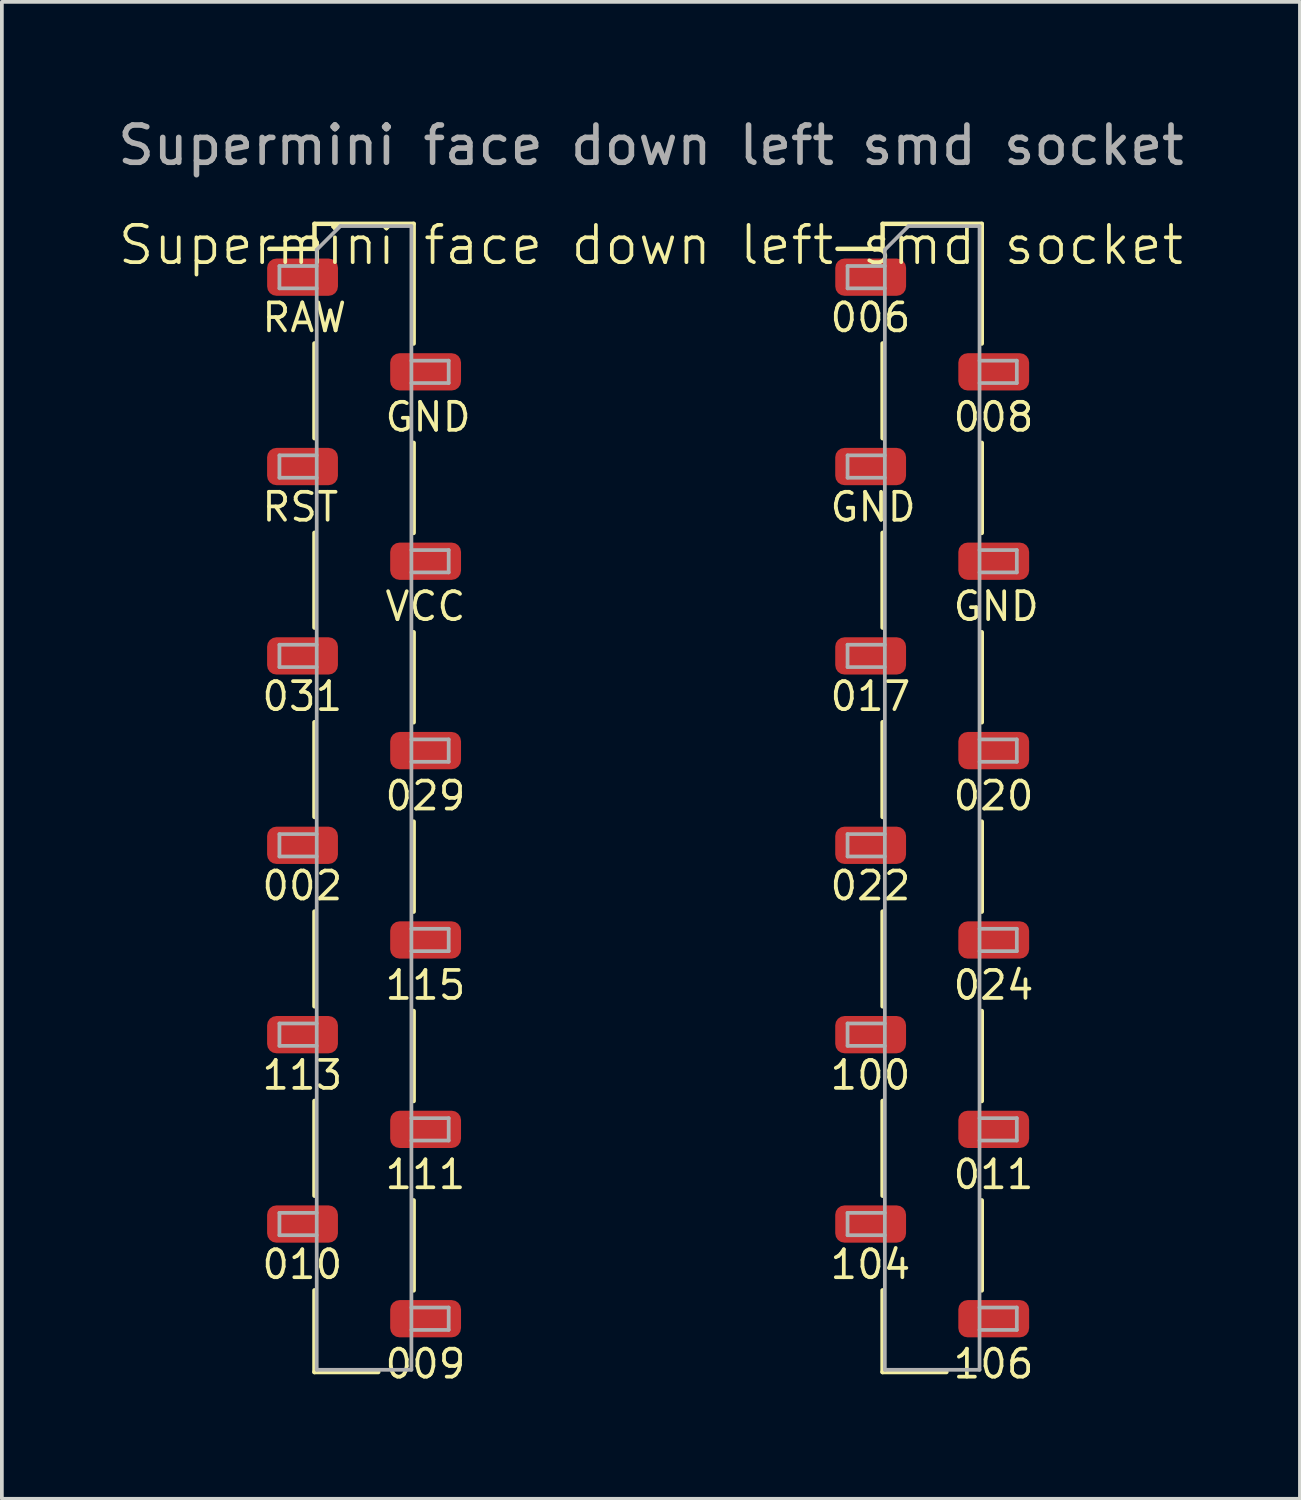
<source format=kicad_pcb>
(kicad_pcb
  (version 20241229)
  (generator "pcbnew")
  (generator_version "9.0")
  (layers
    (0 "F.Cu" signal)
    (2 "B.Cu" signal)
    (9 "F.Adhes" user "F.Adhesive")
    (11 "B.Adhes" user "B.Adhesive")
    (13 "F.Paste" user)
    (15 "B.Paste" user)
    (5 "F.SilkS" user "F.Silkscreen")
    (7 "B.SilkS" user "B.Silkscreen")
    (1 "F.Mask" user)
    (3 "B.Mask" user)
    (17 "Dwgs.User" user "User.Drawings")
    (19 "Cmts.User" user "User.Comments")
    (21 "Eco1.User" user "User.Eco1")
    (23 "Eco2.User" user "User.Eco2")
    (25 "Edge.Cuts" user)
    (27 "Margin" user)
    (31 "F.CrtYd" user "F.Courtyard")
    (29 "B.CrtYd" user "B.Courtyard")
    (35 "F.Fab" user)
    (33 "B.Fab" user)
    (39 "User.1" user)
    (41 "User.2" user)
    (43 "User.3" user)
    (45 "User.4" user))
  (footprint "Supermini face down left smd socket"
    (layer "F.Cu")
    (at 14.411 18.525)
    (property "Reference" "Supermini face down left smd socket" (at 0 -15 0) (unlocked yes) (layer "F.SilkS") (effects (font (size 1 1) (thickness 0.1))))
    (attr smd)
    (fp_line (start -10.235 -14.9) (end -9.025 -14.9) (stroke (width 0.12) (type solid)) (layer "F.SilkS"))
    (fp_line (start -9.025 -15.57) (end -9.025 -14.9) (stroke (width 0.12) (type solid)) (layer "F.SilkS"))
    (fp_line (start -9.025 -15.57) (end -6.365 -15.57) (stroke (width 0.12) (type solid)) (layer "F.SilkS"))
    (fp_line (start -9.025 -12.362) (end -9.025 -9.82) (stroke (width 0.12) (type solid)) (layer "F.SilkS"))
    (fp_line (start -9.025 -7.282) (end -9.025 -4.74) (stroke (width 0.12) (type solid)) (layer "F.SilkS"))
    (fp_line (start -9.025 -2.202) (end -9.025 0.34) (stroke (width 0.12) (type solid)) (layer "F.SilkS"))
    (fp_line (start -9.025 2.878) (end -9.025 5.42) (stroke (width 0.12) (type solid)) (layer "F.SilkS"))
    (fp_line (start -9.025 7.958) (end -9.025 10.5) (stroke (width 0.12) (type solid)) (layer "F.SilkS"))
    (fp_line (start -9.025 13.038) (end -9.025 15.23) (stroke (width 0.12) (type solid)) (layer "F.SilkS"))
    (fp_line (start -9.025 15.23) (end -7.314 15.23) (stroke (width 0.12) (type solid)) (layer "F.SilkS"))
    (fp_line (start -6.365 -15.57) (end -6.365 -12.36) (stroke (width 0.12) (type solid)) (layer "F.SilkS"))
    (fp_line (start -6.365 -9.695) (end -6.365 -7.28) (stroke (width 0.12) (type solid)) (layer "F.SilkS"))
    (fp_line (start -6.365 -4.615) (end -6.365 -2.2) (stroke (width 0.12) (type solid)) (layer "F.SilkS"))
    (fp_line (start -6.365 0.465) (end -6.365 2.88) (stroke (width 0.12) (type solid)) (layer "F.SilkS"))
    (fp_line (start -6.365 5.545) (end -6.365 7.96) (stroke (width 0.12) (type solid)) (layer "F.SilkS"))
    (fp_line (start -6.365 10.625) (end -6.365 13.04) (stroke (width 0.12) (type solid)) (layer "F.SilkS"))
    (fp_line (start 5.005 -14.9) (end 6.215 -14.9) (stroke (width 0.12) (type solid)) (layer "F.SilkS"))
    (fp_line (start 6.215 -15.57) (end 6.215 -14.9) (stroke (width 0.12) (type solid)) (layer "F.SilkS"))
    (fp_line (start 6.215 -15.57) (end 8.875 -15.57) (stroke (width 0.12) (type solid)) (layer "F.SilkS"))
    (fp_line (start 6.215 -12.362) (end 6.215 -9.82) (stroke (width 0.12) (type solid)) (layer "F.SilkS"))
    (fp_line (start 6.215 -7.282) (end 6.215 -4.74) (stroke (width 0.12) (type solid)) (layer "F.SilkS"))
    (fp_line (start 6.215 -2.202) (end 6.215 0.34) (stroke (width 0.12) (type solid)) (layer "F.SilkS"))
    (fp_line (start 6.215 2.878) (end 6.215 5.42) (stroke (width 0.12) (type solid)) (layer "F.SilkS"))
    (fp_line (start 6.215 7.958) (end 6.215 10.5) (stroke (width 0.12) (type solid)) (layer "F.SilkS"))
    (fp_line (start 6.215 13.038) (end 6.215 15.23) (stroke (width 0.12) (type solid)) (layer "F.SilkS"))
    (fp_line (start 6.215 15.23) (end 7.926 15.23) (stroke (width 0.12) (type solid)) (layer "F.SilkS"))
    (fp_line (start 8.875 -15.57) (end 8.875 -12.36) (stroke (width 0.12) (type solid)) (layer "F.SilkS"))
    (fp_line (start 8.875 -9.695) (end 8.875 -7.28) (stroke (width 0.12) (type solid)) (layer "F.SilkS"))
    (fp_line (start 8.875 -4.615) (end 8.875 -2.2) (stroke (width 0.12) (type solid)) (layer "F.SilkS"))
    (fp_line (start 8.875 0.465) (end 8.875 2.88) (stroke (width 0.12) (type solid)) (layer "F.SilkS"))
    (fp_line (start 8.875 5.545) (end 8.875 7.96) (stroke (width 0.12) (type solid)) (layer "F.SilkS"))
    (fp_line (start 8.875 10.625) (end 8.875 13.04) (stroke (width 0.12) (type solid)) (layer "F.SilkS"))
    (fp_line (start -9.965 -14.44) (end -8.965 -14.44) (stroke (width 0.1) (type solid)) (layer "F.Fab"))
    (fp_line (start -9.965 -13.84) (end -9.965 -14.44) (stroke (width 0.1) (type solid)) (layer "F.Fab"))
    (fp_line (start -9.965 -9.36) (end -8.965 -9.36) (stroke (width 0.1) (type solid)) (layer "F.Fab"))
    (fp_line (start -9.965 -8.76) (end -9.965 -9.36) (stroke (width 0.1) (type solid)) (layer "F.Fab"))
    (fp_line (start -9.965 -4.28) (end -8.965 -4.28) (stroke (width 0.1) (type solid)) (layer "F.Fab"))
    (fp_line (start -9.965 -3.68) (end -9.965 -4.28) (stroke (width 0.1) (type solid)) (layer "F.Fab"))
    (fp_line (start -9.965 0.8) (end -8.965 0.8) (stroke (width 0.1) (type solid)) (layer "F.Fab"))
    (fp_line (start -9.965 1.4) (end -9.965 0.8) (stroke (width 0.1) (type solid)) (layer "F.Fab"))
    (fp_line (start -9.965 5.88) (end -8.965 5.88) (stroke (width 0.1) (type solid)) (layer "F.Fab"))
    (fp_line (start -9.965 6.48) (end -9.965 5.88) (stroke (width 0.1) (type solid)) (layer "F.Fab"))
    (fp_line (start -9.965 10.96) (end -8.965 10.96) (stroke (width 0.1) (type solid)) (layer "F.Fab"))
    (fp_line (start -9.965 11.56) (end -9.965 10.96) (stroke (width 0.1) (type solid)) (layer "F.Fab"))
    (fp_line (start -8.965 -14.875) (end -8.33 -15.51) (stroke (width 0.1) (type solid)) (layer "F.Fab"))
    (fp_line (start -8.965 -13.84) (end -9.965 -13.84) (stroke (width 0.1) (type solid)) (layer "F.Fab"))
    (fp_line (start -8.965 -8.76) (end -9.965 -8.76) (stroke (width 0.1) (type solid)) (layer "F.Fab"))
    (fp_line (start -8.965 -3.68) (end -9.965 -3.68) (stroke (width 0.1) (type solid)) (layer "F.Fab"))
    (fp_line (start -8.965 1.4) (end -9.965 1.4) (stroke (width 0.1) (type solid)) (layer "F.Fab"))
    (fp_line (start -8.965 6.48) (end -9.965 6.48) (stroke (width 0.1) (type solid)) (layer "F.Fab"))
    (fp_line (start -8.965 11.56) (end -9.965 11.56) (stroke (width 0.1) (type solid)) (layer "F.Fab"))
    (fp_line (start -8.965 15.17) (end -8.965 -14.875) (stroke (width 0.1) (type solid)) (layer "F.Fab"))
    (fp_line (start -8.33 -15.51) (end -6.425 -15.51) (stroke (width 0.1) (type solid)) (layer "F.Fab"))
    (fp_line (start -6.425 -15.51) (end -6.425 15.17) (stroke (width 0.1) (type solid)) (layer "F.Fab"))
    (fp_line (start -6.425 -11.9) (end -5.425 -11.9) (stroke (width 0.1) (type solid)) (layer "F.Fab"))
    (fp_line (start -6.425 -6.82) (end -5.425 -6.82) (stroke (width 0.1) (type solid)) (layer "F.Fab"))
    (fp_line (start -6.425 -1.74) (end -5.425 -1.74) (stroke (width 0.1) (type solid)) (layer "F.Fab"))
    (fp_line (start -6.425 3.34) (end -5.425 3.34) (stroke (width 0.1) (type solid)) (layer "F.Fab"))
    (fp_line (start -6.425 8.42) (end -5.425 8.42) (stroke (width 0.1) (type solid)) (layer "F.Fab"))
    (fp_line (start -6.425 13.5) (end -5.425 13.5) (stroke (width 0.1) (type solid)) (layer "F.Fab"))
    (fp_line (start -6.425 15.17) (end -8.965 15.17) (stroke (width 0.1) (type solid)) (layer "F.Fab"))
    (fp_line (start -5.425 -11.9) (end -5.425 -11.3) (stroke (width 0.1) (type solid)) (layer "F.Fab"))
    (fp_line (start -5.425 -11.3) (end -6.425 -11.3) (stroke (width 0.1) (type solid)) (layer "F.Fab"))
    (fp_line (start -5.425 -6.82) (end -5.425 -6.22) (stroke (width 0.1) (type solid)) (layer "F.Fab"))
    (fp_line (start -5.425 -6.22) (end -6.425 -6.22) (stroke (width 0.1) (type solid)) (layer "F.Fab"))
    (fp_line (start -5.425 -1.74) (end -5.425 -1.14) (stroke (width 0.1) (type solid)) (layer "F.Fab"))
    (fp_line (start -5.425 -1.14) (end -6.425 -1.14) (stroke (width 0.1) (type solid)) (layer "F.Fab"))
    (fp_line (start -5.425 3.34) (end -5.425 3.94) (stroke (width 0.1) (type solid)) (layer "F.Fab"))
    (fp_line (start -5.425 3.94) (end -6.425 3.94) (stroke (width 0.1) (type solid)) (layer "F.Fab"))
    (fp_line (start -5.425 8.42) (end -5.425 9.02) (stroke (width 0.1) (type solid)) (layer "F.Fab"))
    (fp_line (start -5.425 9.02) (end -6.425 9.02) (stroke (width 0.1) (type solid)) (layer "F.Fab"))
    (fp_line (start -5.425 13.5) (end -5.425 14.1) (stroke (width 0.1) (type solid)) (layer "F.Fab"))
    (fp_line (start -5.425 14.1) (end -6.425 14.1) (stroke (width 0.1) (type solid)) (layer "F.Fab"))
    (fp_line (start 5.275 -14.44) (end 6.275 -14.44) (stroke (width 0.1) (type solid)) (layer "F.Fab"))
    (fp_line (start 5.275 -13.84) (end 5.275 -14.44) (stroke (width 0.1) (type solid)) (layer "F.Fab"))
    (fp_line (start 5.275 -9.36) (end 6.275 -9.36) (stroke (width 0.1) (type solid)) (layer "F.Fab"))
    (fp_line (start 5.275 -8.76) (end 5.275 -9.36) (stroke (width 0.1) (type solid)) (layer "F.Fab"))
    (fp_line (start 5.275 -4.28) (end 6.275 -4.28) (stroke (width 0.1) (type solid)) (layer "F.Fab"))
    (fp_line (start 5.275 -3.68) (end 5.275 -4.28) (stroke (width 0.1) (type solid)) (layer "F.Fab"))
    (fp_line (start 5.275 0.8) (end 6.275 0.8) (stroke (width 0.1) (type solid)) (layer "F.Fab"))
    (fp_line (start 5.275 1.4) (end 5.275 0.8) (stroke (width 0.1) (type solid)) (layer "F.Fab"))
    (fp_line (start 5.275 5.88) (end 6.275 5.88) (stroke (width 0.1) (type solid)) (layer "F.Fab"))
    (fp_line (start 5.275 6.48) (end 5.275 5.88) (stroke (width 0.1) (type solid)) (layer "F.Fab"))
    (fp_line (start 5.275 10.96) (end 6.275 10.96) (stroke (width 0.1) (type solid)) (layer "F.Fab"))
    (fp_line (start 5.275 11.56) (end 5.275 10.96) (stroke (width 0.1) (type solid)) (layer "F.Fab"))
    (fp_line (start 6.275 -14.875) (end 6.91 -15.51) (stroke (width 0.1) (type solid)) (layer "F.Fab"))
    (fp_line (start 6.275 -13.84) (end 5.275 -13.84) (stroke (width 0.1) (type solid)) (layer "F.Fab"))
    (fp_line (start 6.275 -8.76) (end 5.275 -8.76) (stroke (width 0.1) (type solid)) (layer "F.Fab"))
    (fp_line (start 6.275 -3.68) (end 5.275 -3.68) (stroke (width 0.1) (type solid)) (layer "F.Fab"))
    (fp_line (start 6.275 1.4) (end 5.275 1.4) (stroke (width 0.1) (type solid)) (layer "F.Fab"))
    (fp_line (start 6.275 6.48) (end 5.275 6.48) (stroke (width 0.1) (type solid)) (layer "F.Fab"))
    (fp_line (start 6.275 11.56) (end 5.275 11.56) (stroke (width 0.1) (type solid)) (layer "F.Fab"))
    (fp_line (start 6.275 15.17) (end 6.275 -14.875) (stroke (width 0.1) (type solid)) (layer "F.Fab"))
    (fp_line (start 6.91 -15.51) (end 8.815 -15.51) (stroke (width 0.1) (type solid)) (layer "F.Fab"))
    (fp_line (start 8.815 -15.51) (end 8.815 15.17) (stroke (width 0.1) (type solid)) (layer "F.Fab"))
    (fp_line (start 8.815 -11.9) (end 9.815 -11.9) (stroke (width 0.1) (type solid)) (layer "F.Fab"))
    (fp_line (start 8.815 -6.82) (end 9.815 -6.82) (stroke (width 0.1) (type solid)) (layer "F.Fab"))
    (fp_line (start 8.815 -1.74) (end 9.815 -1.74) (stroke (width 0.1) (type solid)) (layer "F.Fab"))
    (fp_line (start 8.815 3.34) (end 9.815 3.34) (stroke (width 0.1) (type solid)) (layer "F.Fab"))
    (fp_line (start 8.815 8.42) (end 9.815 8.42) (stroke (width 0.1) (type solid)) (layer "F.Fab"))
    (fp_line (start 8.815 13.5) (end 9.815 13.5) (stroke (width 0.1) (type solid)) (layer "F.Fab"))
    (fp_line (start 8.815 15.17) (end 6.275 15.17) (stroke (width 0.1) (type solid)) (layer "F.Fab"))
    (fp_line (start 9.815 -11.9) (end 9.815 -11.3) (stroke (width 0.1) (type solid)) (layer "F.Fab"))
    (fp_line (start 9.815 -11.3) (end 8.815 -11.3) (stroke (width 0.1) (type solid)) (layer "F.Fab"))
    (fp_line (start 9.815 -6.82) (end 9.815 -6.22) (stroke (width 0.1) (type solid)) (layer "F.Fab"))
    (fp_line (start 9.815 -6.22) (end 8.815 -6.22) (stroke (width 0.1) (type solid)) (layer "F.Fab"))
    (fp_line (start 9.815 -1.74) (end 9.815 -1.14) (stroke (width 0.1) (type solid)) (layer "F.Fab"))
    (fp_line (start 9.815 -1.14) (end 8.815 -1.14) (stroke (width 0.1) (type solid)) (layer "F.Fab"))
    (fp_line (start 9.815 3.34) (end 9.815 3.94) (stroke (width 0.1) (type solid)) (layer "F.Fab"))
    (fp_line (start 9.815 3.94) (end 8.815 3.94) (stroke (width 0.1) (type solid)) (layer "F.Fab"))
    (fp_line (start 9.815 8.42) (end 9.815 9.02) (stroke (width 0.1) (type solid)) (layer "F.Fab"))
    (fp_line (start 9.815 9.02) (end 8.815 9.02) (stroke (width 0.1) (type solid)) (layer "F.Fab"))
    (fp_line (start 9.815 13.5) (end 9.815 14.1) (stroke (width 0.1) (type solid)) (layer "F.Fab"))
    (fp_line (start 9.815 14.1) (end 8.815 14.1) (stroke (width 0.1) (type solid)) (layer "F.Fab"))
    (fp_text user "010" (at -10.489 12.784 0) (unlocked yes) (layer "F.SilkS") (effects (font (size 0.75 0.75) (thickness 0.1)) (justify left bottom)))
    (fp_text user "GND" (at 8.053 -4.869 0) (unlocked yes) (layer "F.SilkS") (effects (font (size 0.75 0.75) (thickness 0.1)) (justify left bottom)))
    (fp_text user "GND" (at 4.751 -7.536 0) (unlocked yes) (layer "F.SilkS") (effects (font (size 0.75 0.75) (thickness 0.1)) (justify left bottom)))
    (fp_text user "020" (at 8.053 0.211 0) (unlocked yes) (layer "F.SilkS") (effects (font (size 0.75 0.75) (thickness 0.1)) (justify left bottom)))
    (fp_text user "VCC" (at -7.187 -4.869 0) (unlocked yes) (layer "F.SilkS") (effects (font (size 0.75 0.75) (thickness 0.1)) (justify left bottom)))
    (fp_text user "017" (at 4.751 -2.456 0) (unlocked yes) (layer "F.SilkS") (effects (font (size 0.75 0.75) (thickness 0.1)) (justify left bottom)))
    (fp_text user "106" (at 8.053 15.451 0) (unlocked yes) (layer "F.SilkS") (effects (font (size 0.75 0.75) (thickness 0.1)) (justify left bottom)))
    (fp_text user "008" (at 8.053 -9.949 0) (unlocked yes) (layer "F.SilkS") (effects (font (size 0.75 0.75) (thickness 0.1)) (justify left bottom)))
    (fp_text user "011" (at 8.053 10.371 0) (unlocked yes) (layer "F.SilkS") (effects (font (size 0.75 0.75) (thickness 0.1)) (justify left bottom)))
    (fp_text user "104" (at 4.751 12.784 0) (unlocked yes) (layer "F.SilkS") (effects (font (size 0.75 0.75) (thickness 0.1)) (justify left bottom)))
    (fp_text user "115" (at -7.187 5.291 0) (unlocked yes) (layer "F.SilkS") (effects (font (size 0.75 0.75) (thickness 0.1)) (justify left bottom)))
    (fp_text user "111" (at -7.187 10.371 0) (unlocked yes) (layer "F.SilkS") (effects (font (size 0.75 0.75) (thickness 0.1)) (justify left bottom)))
    (fp_text user "009" (at -7.187 15.451 0) (unlocked yes) (layer "F.SilkS") (effects (font (size 0.75 0.75) (thickness 0.1)) (justify left bottom)))
    (fp_text user "RAW" (at -10.489 -12.616 0) (unlocked yes) (layer "F.SilkS") (effects (font (size 0.75 0.75) (thickness 0.1)) (justify left bottom)))
    (fp_text user "RST" (at -10.489 -7.536 0) (unlocked yes) (layer "F.SilkS") (effects (font (size 0.75 0.75) (thickness 0.1)) (justify left bottom)))
    (fp_text user "GND" (at -7.187 -9.949 0) (unlocked yes) (layer "F.SilkS") (effects (font (size 0.75 0.75) (thickness 0.1)) (justify left bottom)))
    (fp_text user "022" (at 4.751 2.624 0) (unlocked yes) (layer "F.SilkS") (effects (font (size 0.75 0.75) (thickness 0.1)) (justify left bottom)))
    (fp_text user "113" (at -10.489 7.704 0) (unlocked yes) (layer "F.SilkS") (effects (font (size 0.75 0.75) (thickness 0.1)) (justify left bottom)))
    (fp_text user "024" (at 8.053 5.291 0) (unlocked yes) (layer "F.SilkS") (effects (font (size 0.75 0.75) (thickness 0.1)) (justify left bottom)))
    (fp_text user "006" (at 4.751 -12.616 0) (unlocked yes) (layer "F.SilkS") (effects (font (size 0.75 0.75) (thickness 0.1)) (justify left bottom)))
    (fp_text user "031" (at -10.489 -2.456 0) (unlocked yes) (layer "F.SilkS") (effects (font (size 0.75 0.75) (thickness 0.1)) (justify left bottom)))
    (fp_text user "029" (at -7.187 0.211 0) (unlocked yes) (layer "F.SilkS") (effects (font (size 0.75 0.75) (thickness 0.1)) (justify left bottom)))
    (fp_text user "100" (at 4.751 7.704 0) (unlocked yes) (layer "F.SilkS") (effects (font (size 0.75 0.75) (thickness 0.1)) (justify left bottom)))
    (fp_text user "002" (at -10.489 2.624 0) (unlocked yes) (layer "F.SilkS") (effects (font (size 0.75 0.75) (thickness 0.1)) (justify left bottom)))
    (fp_text user "${REFERENCE}" (at 0 -17.677 0) (unlocked yes) (layer "F.Fab") (effects (font (size 1 1) (thickness 0.15))))
    (pad "1" smd roundrect (at 5.895 -14.14) (size 1.9 1) (layers "F.Cu" "F.Mask" "F.Paste") (roundrect_rratio 0.25))
    (pad "2" smd roundrect (at 9.196 -11.6) (size 1.9 1) (layers "F.Cu" "F.Mask" "F.Paste") (roundrect_rratio 0.25))
    (pad "3" smd roundrect (at 5.894 -9.06) (size 1.9 1) (layers "F.Cu" "F.Mask" "F.Paste") (roundrect_rratio 0.25))
    (pad "4" smd roundrect (at 9.196 -6.52) (size 1.9 1) (layers "F.Cu" "F.Mask" "F.Paste") (roundrect_rratio 0.25))
    (pad "5" smd roundrect (at 5.894 -3.98) (size 1.9 1) (layers "F.Cu" "F.Mask" "F.Paste") (roundrect_rratio 0.25))
    (pad "6" smd roundrect (at 9.196 -1.44) (size 1.9 1) (layers "F.Cu" "F.Mask" "F.Paste") (roundrect_rratio 0.25))
    (pad "7" smd roundrect (at 5.894 1.1) (size 1.9 1) (layers "F.Cu" "F.Mask" "F.Paste") (roundrect_rratio 0.25))
    (pad "8" smd roundrect (at 9.196 3.64) (size 1.9 1) (layers "F.Cu" "F.Mask" "F.Paste") (roundrect_rratio 0.25))
    (pad "9" smd roundrect (at 5.894 6.18) (size 1.9 1) (layers "F.Cu" "F.Mask" "F.Paste") (roundrect_rratio 0.25))
    (pad "10" smd roundrect (at 9.196 8.72) (size 1.9 1) (layers "F.Cu" "F.Mask" "F.Paste") (roundrect_rratio 0.25))
    (pad "11" smd roundrect (at 5.894 11.26) (size 1.9 1) (layers "F.Cu" "F.Mask" "F.Paste") (roundrect_rratio 0.25))
    (pad "12" smd roundrect (at 9.196 13.8) (size 1.9 1) (layers "F.Cu" "F.Mask" "F.Paste") (roundrect_rratio 0.25))
    (pad "13" smd roundrect (at -6.044 13.8) (size 1.9 1) (layers "F.Cu" "F.Mask" "F.Paste") (roundrect_rratio 0.25))
    (pad "14" smd roundrect (at -9.346 11.26) (size 1.9 1) (layers "F.Cu" "F.Mask" "F.Paste") (roundrect_rratio 0.25))
    (pad "15" smd roundrect (at -6.044 8.72) (size 1.9 1) (layers "F.Cu" "F.Mask" "F.Paste") (roundrect_rratio 0.25))
    (pad "16" smd roundrect (at -9.346 6.18) (size 1.9 1) (layers "F.Cu" "F.Mask" "F.Paste") (roundrect_rratio 0.25))
    (pad "17" smd roundrect (at -6.044 3.64) (size 1.9 1) (layers "F.Cu" "F.Mask" "F.Paste") (roundrect_rratio 0.25))
    (pad "18" smd roundrect (at -9.346 1.1) (size 1.9 1) (layers "F.Cu" "F.Mask" "F.Paste") (roundrect_rratio 0.25))
    (pad "19" smd roundrect (at -6.044 -1.44) (size 1.9 1) (layers "F.Cu" "F.Mask" "F.Paste") (roundrect_rratio 0.25))
    (pad "20" smd roundrect (at -9.346 -3.98) (size 1.9 1) (layers "F.Cu" "F.Mask" "F.Paste") (roundrect_rratio 0.25))
    (pad "21" smd roundrect (at -6.044 -6.52) (size 1.9 1) (layers "F.Cu" "F.Mask" "F.Paste") (roundrect_rratio 0.25))
    (pad "22" smd roundrect (at -9.346 -9.06) (size 1.9 1) (layers "F.Cu" "F.Mask" "F.Paste") (roundrect_rratio 0.25))
    (pad "23" smd roundrect (at -6.044 -11.6) (size 1.9 1) (layers "F.Cu" "F.Mask" "F.Paste") (roundrect_rratio 0.25))
    (pad "24" smd roundrect (at -9.345 -14.14) (size 1.9 1) (layers "F.Cu" "F.Mask" "F.Paste") (roundrect_rratio 0.25)))
  (gr_rect
    (start -3 -3)
    (end 31.821 37.155)
    (stroke (width 0.1) (type default))
    (fill no)
    (layer "Edge.Cuts")))
</source>
